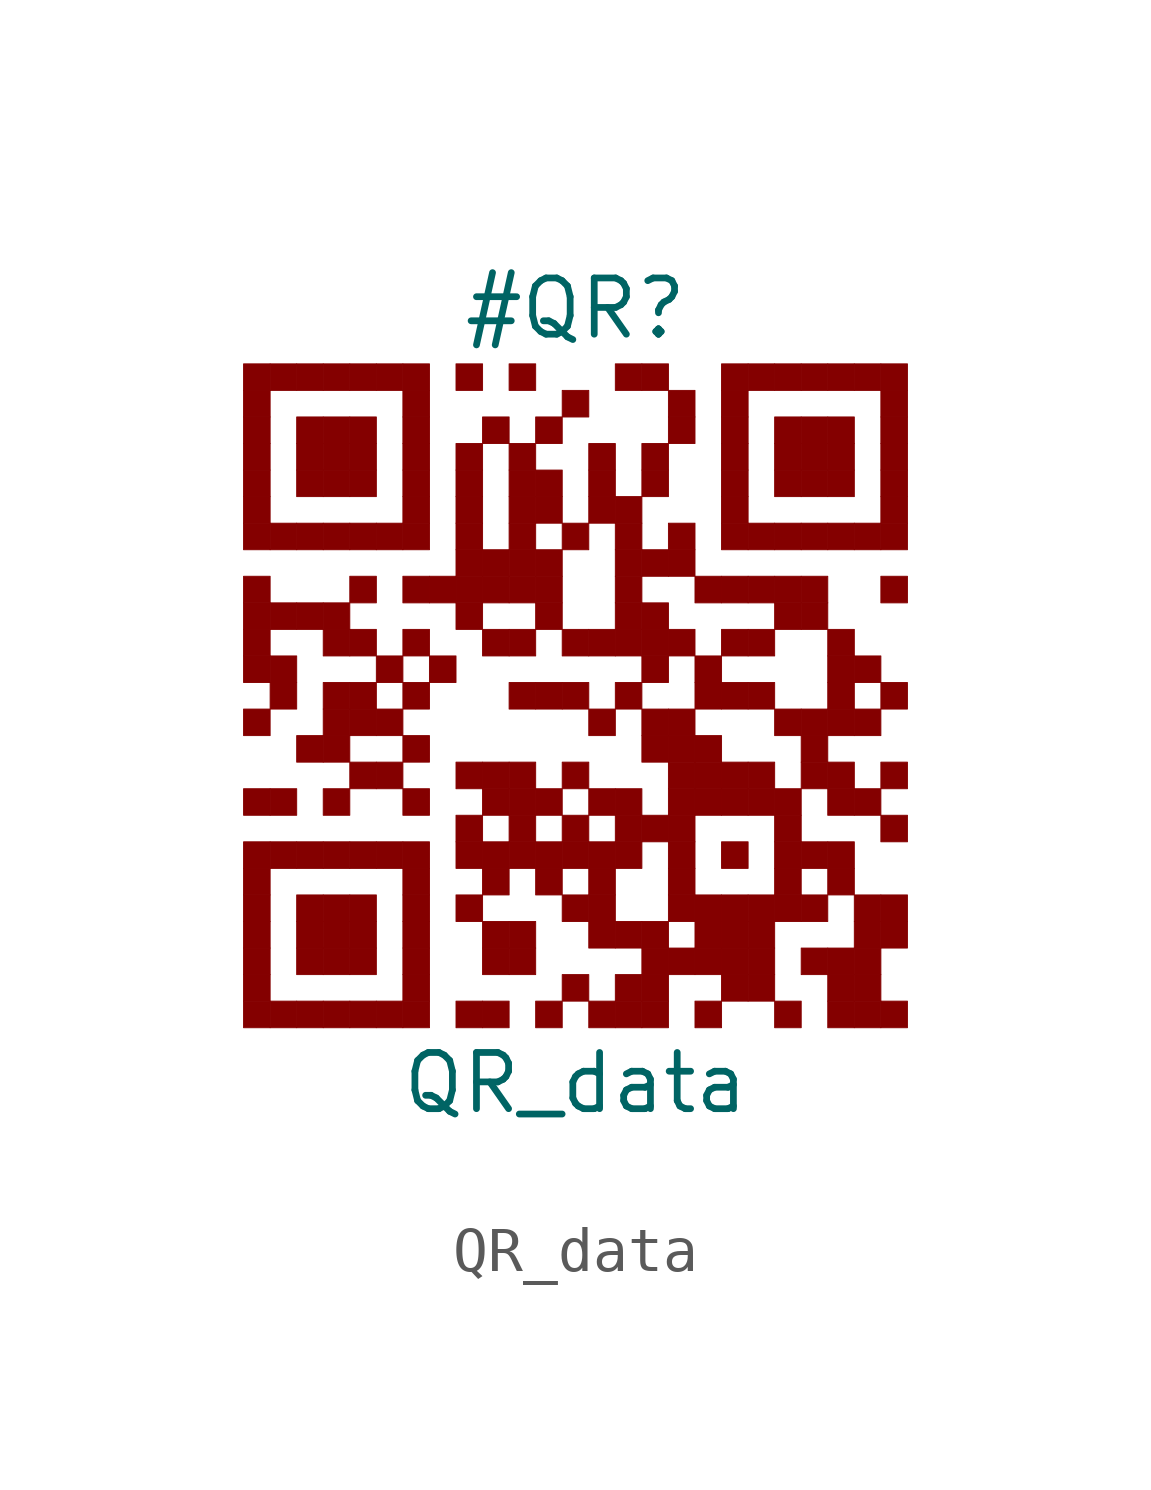
<source format=kicad_sym>
(kicad_symbol_lib
  (version 20211014)
  (generator kibot)
  (symbol "QR_data"
    (pin_numbers hide)
    (pin_names hide)
    (property "Reference" "#QR"
      (at 0 8.75 0)
      (effects (font (size 1.27 1.27))))
    (property "Value" "QR_data"
      (at 0 -8.75 0)
      (effects (font (size 1.27 1.27))))
    (rectangle
      (start -7.5 7.5)
      (end -6.9 6.9)
      (stroke (width 0.001) (type default))
      (fill (type outline)))
    (rectangle
      (start -6.9 7.5)
      (end -6.3 6.9)
      (stroke (width 0.001) (type default))
      (fill (type outline)))
    (rectangle
      (start -6.3 7.5)
      (end -5.7 6.9)
      (stroke (width 0.001) (type default))
      (fill (type outline)))
    (rectangle
      (start -5.7 7.5)
      (end -5.1 6.9)
      (stroke (width 0.001) (type default))
      (fill (type outline)))
    (rectangle
      (start -5.1 7.5)
      (end -4.5 6.9)
      (stroke (width 0.001) (type default))
      (fill (type outline)))
    (rectangle
      (start -4.5 7.5)
      (end -3.9 6.9)
      (stroke (width 0.001) (type default))
      (fill (type outline)))
    (rectangle
      (start -3.9 7.5)
      (end -3.3 6.9)
      (stroke (width 0.001) (type default))
      (fill (type outline)))
    (rectangle
      (start -2.7 7.5)
      (end -2.1 6.9)
      (stroke (width 0.001) (type default))
      (fill (type outline)))
    (rectangle
      (start -1.5 7.5)
      (end -0.9 6.9)
      (stroke (width 0.001) (type default))
      (fill (type outline)))
    (rectangle
      (start 0.9 7.5)
      (end 1.5 6.9)
      (stroke (width 0.001) (type default))
      (fill (type outline)))
    (rectangle
      (start 1.5 7.5)
      (end 2.1 6.9)
      (stroke (width 0.001) (type default))
      (fill (type outline)))
    (rectangle
      (start 3.3 7.5)
      (end 3.9 6.9)
      (stroke (width 0.001) (type default))
      (fill (type outline)))
    (rectangle
      (start 3.9 7.5)
      (end 4.5 6.9)
      (stroke (width 0.001) (type default))
      (fill (type outline)))
    (rectangle
      (start 4.5 7.5)
      (end 5.1 6.9)
      (stroke (width 0.001) (type default))
      (fill (type outline)))
    (rectangle
      (start 5.1 7.5)
      (end 5.7 6.9)
      (stroke (width 0.001) (type default))
      (fill (type outline)))
    (rectangle
      (start 5.7 7.5)
      (end 6.3 6.9)
      (stroke (width 0.001) (type default))
      (fill (type outline)))
    (rectangle
      (start 6.3 7.5)
      (end 6.9 6.9)
      (stroke (width 0.001) (type default))
      (fill (type outline)))
    (rectangle
      (start 6.9 7.5)
      (end 7.5 6.9)
      (stroke (width 0.001) (type default))
      (fill (type outline)))
    (rectangle
      (start -7.5 6.9)
      (end -6.9 6.3)
      (stroke (width 0.001) (type default))
      (fill (type outline)))
    (rectangle
      (start -3.9 6.9)
      (end -3.3 6.3)
      (stroke (width 0.001) (type default))
      (fill (type outline)))
    (rectangle
      (start -0.3 6.9)
      (end 0.3 6.3)
      (stroke (width 0.001) (type default))
      (fill (type outline)))
    (rectangle
      (start 2.1 6.9)
      (end 2.7 6.3)
      (stroke (width 0.001) (type default))
      (fill (type outline)))
    (rectangle
      (start 3.3 6.9)
      (end 3.9 6.3)
      (stroke (width 0.001) (type default))
      (fill (type outline)))
    (rectangle
      (start 6.9 6.9)
      (end 7.5 6.3)
      (stroke (width 0.001) (type default))
      (fill (type outline)))
    (rectangle
      (start -7.5 6.3)
      (end -6.9 5.7)
      (stroke (width 0.001) (type default))
      (fill (type outline)))
    (rectangle
      (start -6.3 6.3)
      (end -5.7 5.7)
      (stroke (width 0.001) (type default))
      (fill (type outline)))
    (rectangle
      (start -5.7 6.3)
      (end -5.1 5.7)
      (stroke (width 0.001) (type default))
      (fill (type outline)))
    (rectangle
      (start -5.1 6.3)
      (end -4.5 5.7)
      (stroke (width 0.001) (type default))
      (fill (type outline)))
    (rectangle
      (start -3.9 6.3)
      (end -3.3 5.7)
      (stroke (width 0.001) (type default))
      (fill (type outline)))
    (rectangle
      (start -2.1 6.3)
      (end -1.5 5.7)
      (stroke (width 0.001) (type default))
      (fill (type outline)))
    (rectangle
      (start -0.9 6.3)
      (end -0.3 5.7)
      (stroke (width 0.001) (type default))
      (fill (type outline)))
    (rectangle
      (start 2.1 6.3)
      (end 2.7 5.7)
      (stroke (width 0.001) (type default))
      (fill (type outline)))
    (rectangle
      (start 3.3 6.3)
      (end 3.9 5.7)
      (stroke (width 0.001) (type default))
      (fill (type outline)))
    (rectangle
      (start 4.5 6.3)
      (end 5.1 5.7)
      (stroke (width 0.001) (type default))
      (fill (type outline)))
    (rectangle
      (start 5.1 6.3)
      (end 5.7 5.7)
      (stroke (width 0.001) (type default))
      (fill (type outline)))
    (rectangle
      (start 5.7 6.3)
      (end 6.3 5.7)
      (stroke (width 0.001) (type default))
      (fill (type outline)))
    (rectangle
      (start 6.9 6.3)
      (end 7.5 5.7)
      (stroke (width 0.001) (type default))
      (fill (type outline)))
    (rectangle
      (start -7.5 5.7)
      (end -6.9 5.1)
      (stroke (width 0.001) (type default))
      (fill (type outline)))
    (rectangle
      (start -6.3 5.7)
      (end -5.7 5.1)
      (stroke (width 0.001) (type default))
      (fill (type outline)))
    (rectangle
      (start -5.7 5.7)
      (end -5.1 5.1)
      (stroke (width 0.001) (type default))
      (fill (type outline)))
    (rectangle
      (start -5.1 5.7)
      (end -4.5 5.1)
      (stroke (width 0.001) (type default))
      (fill (type outline)))
    (rectangle
      (start -3.9 5.7)
      (end -3.3 5.1)
      (stroke (width 0.001) (type default))
      (fill (type outline)))
    (rectangle
      (start -2.7 5.7)
      (end -2.1 5.1)
      (stroke (width 0.001) (type default))
      (fill (type outline)))
    (rectangle
      (start -1.5 5.7)
      (end -0.9 5.1)
      (stroke (width 0.001) (type default))
      (fill (type outline)))
    (rectangle
      (start 0.3 5.7)
      (end 0.9 5.1)
      (stroke (width 0.001) (type default))
      (fill (type outline)))
    (rectangle
      (start 1.5 5.7)
      (end 2.1 5.1)
      (stroke (width 0.001) (type default))
      (fill (type outline)))
    (rectangle
      (start 3.3 5.7)
      (end 3.9 5.1)
      (stroke (width 0.001) (type default))
      (fill (type outline)))
    (rectangle
      (start 4.5 5.7)
      (end 5.1 5.1)
      (stroke (width 0.001) (type default))
      (fill (type outline)))
    (rectangle
      (start 5.1 5.7)
      (end 5.7 5.1)
      (stroke (width 0.001) (type default))
      (fill (type outline)))
    (rectangle
      (start 5.7 5.7)
      (end 6.3 5.1)
      (stroke (width 0.001) (type default))
      (fill (type outline)))
    (rectangle
      (start 6.9 5.7)
      (end 7.5 5.1)
      (stroke (width 0.001) (type default))
      (fill (type outline)))
    (rectangle
      (start -7.5 5.1)
      (end -6.9 4.5)
      (stroke (width 0.001) (type default))
      (fill (type outline)))
    (rectangle
      (start -6.3 5.1)
      (end -5.7 4.5)
      (stroke (width 0.001) (type default))
      (fill (type outline)))
    (rectangle
      (start -5.7 5.1)
      (end -5.1 4.5)
      (stroke (width 0.001) (type default))
      (fill (type outline)))
    (rectangle
      (start -5.1 5.1)
      (end -4.5 4.5)
      (stroke (width 0.001) (type default))
      (fill (type outline)))
    (rectangle
      (start -3.9 5.1)
      (end -3.3 4.5)
      (stroke (width 0.001) (type default))
      (fill (type outline)))
    (rectangle
      (start -2.7 5.1)
      (end -2.1 4.5)
      (stroke (width 0.001) (type default))
      (fill (type outline)))
    (rectangle
      (start -1.5 5.1)
      (end -0.9 4.5)
      (stroke (width 0.001) (type default))
      (fill (type outline)))
    (rectangle
      (start -0.9 5.1)
      (end -0.3 4.5)
      (stroke (width 0.001) (type default))
      (fill (type outline)))
    (rectangle
      (start 0.3 5.1)
      (end 0.9 4.5)
      (stroke (width 0.001) (type default))
      (fill (type outline)))
    (rectangle
      (start 1.5 5.1)
      (end 2.1 4.5)
      (stroke (width 0.001) (type default))
      (fill (type outline)))
    (rectangle
      (start 3.3 5.1)
      (end 3.9 4.5)
      (stroke (width 0.001) (type default))
      (fill (type outline)))
    (rectangle
      (start 4.5 5.1)
      (end 5.1 4.5)
      (stroke (width 0.001) (type default))
      (fill (type outline)))
    (rectangle
      (start 5.1 5.1)
      (end 5.7 4.5)
      (stroke (width 0.001) (type default))
      (fill (type outline)))
    (rectangle
      (start 5.7 5.1)
      (end 6.3 4.5)
      (stroke (width 0.001) (type default))
      (fill (type outline)))
    (rectangle
      (start 6.9 5.1)
      (end 7.5 4.5)
      (stroke (width 0.001) (type default))
      (fill (type outline)))
    (rectangle
      (start -7.5 4.5)
      (end -6.9 3.9)
      (stroke (width 0.001) (type default))
      (fill (type outline)))
    (rectangle
      (start -3.9 4.5)
      (end -3.3 3.9)
      (stroke (width 0.001) (type default))
      (fill (type outline)))
    (rectangle
      (start -2.7 4.5)
      (end -2.1 3.9)
      (stroke (width 0.001) (type default))
      (fill (type outline)))
    (rectangle
      (start -1.5 4.5)
      (end -0.9 3.9)
      (stroke (width 0.001) (type default))
      (fill (type outline)))
    (rectangle
      (start -0.9 4.5)
      (end -0.3 3.9)
      (stroke (width 0.001) (type default))
      (fill (type outline)))
    (rectangle
      (start 0.3 4.5)
      (end 0.9 3.9)
      (stroke (width 0.001) (type default))
      (fill (type outline)))
    (rectangle
      (start 0.9 4.5)
      (end 1.5 3.9)
      (stroke (width 0.001) (type default))
      (fill (type outline)))
    (rectangle
      (start 3.3 4.5)
      (end 3.9 3.9)
      (stroke (width 0.001) (type default))
      (fill (type outline)))
    (rectangle
      (start 6.9 4.5)
      (end 7.5 3.9)
      (stroke (width 0.001) (type default))
      (fill (type outline)))
    (rectangle
      (start -7.5 3.9)
      (end -6.9 3.3)
      (stroke (width 0.001) (type default))
      (fill (type outline)))
    (rectangle
      (start -6.9 3.9)
      (end -6.3 3.3)
      (stroke (width 0.001) (type default))
      (fill (type outline)))
    (rectangle
      (start -6.3 3.9)
      (end -5.7 3.3)
      (stroke (width 0.001) (type default))
      (fill (type outline)))
    (rectangle
      (start -5.7 3.9)
      (end -5.1 3.3)
      (stroke (width 0.001) (type default))
      (fill (type outline)))
    (rectangle
      (start -5.1 3.9)
      (end -4.5 3.3)
      (stroke (width 0.001) (type default))
      (fill (type outline)))
    (rectangle
      (start -4.5 3.9)
      (end -3.9 3.3)
      (stroke (width 0.001) (type default))
      (fill (type outline)))
    (rectangle
      (start -3.9 3.9)
      (end -3.3 3.3)
      (stroke (width 0.001) (type default))
      (fill (type outline)))
    (rectangle
      (start -2.7 3.9)
      (end -2.1 3.3)
      (stroke (width 0.001) (type default))
      (fill (type outline)))
    (rectangle
      (start -1.5 3.9)
      (end -0.9 3.3)
      (stroke (width 0.001) (type default))
      (fill (type outline)))
    (rectangle
      (start -0.3 3.9)
      (end 0.3 3.3)
      (stroke (width 0.001) (type default))
      (fill (type outline)))
    (rectangle
      (start 0.9 3.9)
      (end 1.5 3.3)
      (stroke (width 0.001) (type default))
      (fill (type outline)))
    (rectangle
      (start 2.1 3.9)
      (end 2.7 3.3)
      (stroke (width 0.001) (type default))
      (fill (type outline)))
    (rectangle
      (start 3.3 3.9)
      (end 3.9 3.3)
      (stroke (width 0.001) (type default))
      (fill (type outline)))
    (rectangle
      (start 3.9 3.9)
      (end 4.5 3.3)
      (stroke (width 0.001) (type default))
      (fill (type outline)))
    (rectangle
      (start 4.5 3.9)
      (end 5.1 3.3)
      (stroke (width 0.001) (type default))
      (fill (type outline)))
    (rectangle
      (start 5.1 3.9)
      (end 5.7 3.3)
      (stroke (width 0.001) (type default))
      (fill (type outline)))
    (rectangle
      (start 5.7 3.9)
      (end 6.3 3.3)
      (stroke (width 0.001) (type default))
      (fill (type outline)))
    (rectangle
      (start 6.3 3.9)
      (end 6.9 3.3)
      (stroke (width 0.001) (type default))
      (fill (type outline)))
    (rectangle
      (start 6.9 3.9)
      (end 7.5 3.3)
      (stroke (width 0.001) (type default))
      (fill (type outline)))
    (rectangle
      (start -2.7 3.3)
      (end -2.1 2.7)
      (stroke (width 0.001) (type default))
      (fill (type outline)))
    (rectangle
      (start -2.1 3.3)
      (end -1.5 2.7)
      (stroke (width 0.001) (type default))
      (fill (type outline)))
    (rectangle
      (start -1.5 3.3)
      (end -0.9 2.7)
      (stroke (width 0.001) (type default))
      (fill (type outline)))
    (rectangle
      (start -0.9 3.3)
      (end -0.3 2.7)
      (stroke (width 0.001) (type default))
      (fill (type outline)))
    (rectangle
      (start 0.9 3.3)
      (end 1.5 2.7)
      (stroke (width 0.001) (type default))
      (fill (type outline)))
    (rectangle
      (start 1.5 3.3)
      (end 2.1 2.7)
      (stroke (width 0.001) (type default))
      (fill (type outline)))
    (rectangle
      (start 2.1 3.3)
      (end 2.7 2.7)
      (stroke (width 0.001) (type default))
      (fill (type outline)))
    (rectangle
      (start -7.5 2.7)
      (end -6.9 2.1)
      (stroke (width 0.001) (type default))
      (fill (type outline)))
    (rectangle
      (start -5.1 2.7)
      (end -4.5 2.1)
      (stroke (width 0.001) (type default))
      (fill (type outline)))
    (rectangle
      (start -3.9 2.7)
      (end -3.3 2.1)
      (stroke (width 0.001) (type default))
      (fill (type outline)))
    (rectangle
      (start -3.3 2.7)
      (end -2.7 2.1)
      (stroke (width 0.001) (type default))
      (fill (type outline)))
    (rectangle
      (start -2.7 2.7)
      (end -2.1 2.1)
      (stroke (width 0.001) (type default))
      (fill (type outline)))
    (rectangle
      (start -2.1 2.7)
      (end -1.5 2.1)
      (stroke (width 0.001) (type default))
      (fill (type outline)))
    (rectangle
      (start -1.5 2.7)
      (end -0.9 2.1)
      (stroke (width 0.001) (type default))
      (fill (type outline)))
    (rectangle
      (start -0.9 2.7)
      (end -0.3 2.1)
      (stroke (width 0.001) (type default))
      (fill (type outline)))
    (rectangle
      (start 0.9 2.7)
      (end 1.5 2.1)
      (stroke (width 0.001) (type default))
      (fill (type outline)))
    (rectangle
      (start 2.7 2.7)
      (end 3.3 2.1)
      (stroke (width 0.001) (type default))
      (fill (type outline)))
    (rectangle
      (start 3.3 2.7)
      (end 3.9 2.1)
      (stroke (width 0.001) (type default))
      (fill (type outline)))
    (rectangle
      (start 3.9 2.7)
      (end 4.5 2.1)
      (stroke (width 0.001) (type default))
      (fill (type outline)))
    (rectangle
      (start 4.5 2.7)
      (end 5.1 2.1)
      (stroke (width 0.001) (type default))
      (fill (type outline)))
    (rectangle
      (start 5.1 2.7)
      (end 5.7 2.1)
      (stroke (width 0.001) (type default))
      (fill (type outline)))
    (rectangle
      (start 6.9 2.7)
      (end 7.5 2.1)
      (stroke (width 0.001) (type default))
      (fill (type outline)))
    (rectangle
      (start -7.5 2.1)
      (end -6.9 1.5)
      (stroke (width 0.001) (type default))
      (fill (type outline)))
    (rectangle
      (start -6.9 2.1)
      (end -6.3 1.5)
      (stroke (width 0.001) (type default))
      (fill (type outline)))
    (rectangle
      (start -6.3 2.1)
      (end -5.7 1.5)
      (stroke (width 0.001) (type default))
      (fill (type outline)))
    (rectangle
      (start -5.7 2.1)
      (end -5.1 1.5)
      (stroke (width 0.001) (type default))
      (fill (type outline)))
    (rectangle
      (start -2.7 2.1)
      (end -2.1 1.5)
      (stroke (width 0.001) (type default))
      (fill (type outline)))
    (rectangle
      (start -0.9 2.1)
      (end -0.3 1.5)
      (stroke (width 0.001) (type default))
      (fill (type outline)))
    (rectangle
      (start 0.9 2.1)
      (end 1.5 1.5)
      (stroke (width 0.001) (type default))
      (fill (type outline)))
    (rectangle
      (start 1.5 2.1)
      (end 2.1 1.5)
      (stroke (width 0.001) (type default))
      (fill (type outline)))
    (rectangle
      (start 4.5 2.1)
      (end 5.1 1.5)
      (stroke (width 0.001) (type default))
      (fill (type outline)))
    (rectangle
      (start 5.1 2.1)
      (end 5.7 1.5)
      (stroke (width 0.001) (type default))
      (fill (type outline)))
    (rectangle
      (start -7.5 1.5)
      (end -6.9 0.9)
      (stroke (width 0.001) (type default))
      (fill (type outline)))
    (rectangle
      (start -5.7 1.5)
      (end -5.1 0.9)
      (stroke (width 0.001) (type default))
      (fill (type outline)))
    (rectangle
      (start -5.1 1.5)
      (end -4.5 0.9)
      (stroke (width 0.001) (type default))
      (fill (type outline)))
    (rectangle
      (start -3.9 1.5)
      (end -3.3 0.9)
      (stroke (width 0.001) (type default))
      (fill (type outline)))
    (rectangle
      (start -2.1 1.5)
      (end -1.5 0.9)
      (stroke (width 0.001) (type default))
      (fill (type outline)))
    (rectangle
      (start -1.5 1.5)
      (end -0.9 0.9)
      (stroke (width 0.001) (type default))
      (fill (type outline)))
    (rectangle
      (start -0.3 1.5)
      (end 0.3 0.9)
      (stroke (width 0.001) (type default))
      (fill (type outline)))
    (rectangle
      (start 0.3 1.5)
      (end 0.9 0.9)
      (stroke (width 0.001) (type default))
      (fill (type outline)))
    (rectangle
      (start 0.9 1.5)
      (end 1.5 0.9)
      (stroke (width 0.001) (type default))
      (fill (type outline)))
    (rectangle
      (start 1.5 1.5)
      (end 2.1 0.9)
      (stroke (width 0.001) (type default))
      (fill (type outline)))
    (rectangle
      (start 2.1 1.5)
      (end 2.7 0.9)
      (stroke (width 0.001) (type default))
      (fill (type outline)))
    (rectangle
      (start 3.3 1.5)
      (end 3.9 0.9)
      (stroke (width 0.001) (type default))
      (fill (type outline)))
    (rectangle
      (start 3.9 1.5)
      (end 4.5 0.9)
      (stroke (width 0.001) (type default))
      (fill (type outline)))
    (rectangle
      (start 5.7 1.5)
      (end 6.3 0.9)
      (stroke (width 0.001) (type default))
      (fill (type outline)))
    (rectangle
      (start -7.5 0.9)
      (end -6.9 0.3)
      (stroke (width 0.001) (type default))
      (fill (type outline)))
    (rectangle
      (start -6.9 0.9)
      (end -6.3 0.3)
      (stroke (width 0.001) (type default))
      (fill (type outline)))
    (rectangle
      (start -4.5 0.9)
      (end -3.9 0.3)
      (stroke (width 0.001) (type default))
      (fill (type outline)))
    (rectangle
      (start -3.3 0.9)
      (end -2.7 0.3)
      (stroke (width 0.001) (type default))
      (fill (type outline)))
    (rectangle
      (start 1.5 0.9)
      (end 2.1 0.3)
      (stroke (width 0.001) (type default))
      (fill (type outline)))
    (rectangle
      (start 2.7 0.9)
      (end 3.3 0.3)
      (stroke (width 0.001) (type default))
      (fill (type outline)))
    (rectangle
      (start 5.7 0.9)
      (end 6.3 0.3)
      (stroke (width 0.001) (type default))
      (fill (type outline)))
    (rectangle
      (start 6.3 0.9)
      (end 6.9 0.3)
      (stroke (width 0.001) (type default))
      (fill (type outline)))
    (rectangle
      (start -6.9 0.3)
      (end -6.3 -0.3)
      (stroke (width 0.001) (type default))
      (fill (type outline)))
    (rectangle
      (start -5.7 0.3)
      (end -5.1 -0.3)
      (stroke (width 0.001) (type default))
      (fill (type outline)))
    (rectangle
      (start -5.1 0.3)
      (end -4.5 -0.3)
      (stroke (width 0.001) (type default))
      (fill (type outline)))
    (rectangle
      (start -3.9 0.3)
      (end -3.3 -0.3)
      (stroke (width 0.001) (type default))
      (fill (type outline)))
    (rectangle
      (start -1.5 0.3)
      (end -0.9 -0.3)
      (stroke (width 0.001) (type default))
      (fill (type outline)))
    (rectangle
      (start -0.9 0.3)
      (end -0.3 -0.3)
      (stroke (width 0.001) (type default))
      (fill (type outline)))
    (rectangle
      (start -0.3 0.3)
      (end 0.3 -0.3)
      (stroke (width 0.001) (type default))
      (fill (type outline)))
    (rectangle
      (start 0.9 0.3)
      (end 1.5 -0.3)
      (stroke (width 0.001) (type default))
      (fill (type outline)))
    (rectangle
      (start 2.7 0.3)
      (end 3.3 -0.3)
      (stroke (width 0.001) (type default))
      (fill (type outline)))
    (rectangle
      (start 3.3 0.3)
      (end 3.9 -0.3)
      (stroke (width 0.001) (type default))
      (fill (type outline)))
    (rectangle
      (start 3.9 0.3)
      (end 4.5 -0.3)
      (stroke (width 0.001) (type default))
      (fill (type outline)))
    (rectangle
      (start 5.7 0.3)
      (end 6.3 -0.3)
      (stroke (width 0.001) (type default))
      (fill (type outline)))
    (rectangle
      (start 6.9 0.3)
      (end 7.5 -0.3)
      (stroke (width 0.001) (type default))
      (fill (type outline)))
    (rectangle
      (start -7.5 -0.3)
      (end -6.9 -0.9)
      (stroke (width 0.001) (type default))
      (fill (type outline)))
    (rectangle
      (start -5.7 -0.3)
      (end -5.1 -0.9)
      (stroke (width 0.001) (type default))
      (fill (type outline)))
    (rectangle
      (start -5.1 -0.3)
      (end -4.5 -0.9)
      (stroke (width 0.001) (type default))
      (fill (type outline)))
    (rectangle
      (start -4.5 -0.3)
      (end -3.9 -0.9)
      (stroke (width 0.001) (type default))
      (fill (type outline)))
    (rectangle
      (start 0.3 -0.3)
      (end 0.9 -0.9)
      (stroke (width 0.001) (type default))
      (fill (type outline)))
    (rectangle
      (start 1.5 -0.3)
      (end 2.1 -0.9)
      (stroke (width 0.001) (type default))
      (fill (type outline)))
    (rectangle
      (start 2.1 -0.3)
      (end 2.7 -0.9)
      (stroke (width 0.001) (type default))
      (fill (type outline)))
    (rectangle
      (start 4.5 -0.3)
      (end 5.1 -0.9)
      (stroke (width 0.001) (type default))
      (fill (type outline)))
    (rectangle
      (start 5.1 -0.3)
      (end 5.7 -0.9)
      (stroke (width 0.001) (type default))
      (fill (type outline)))
    (rectangle
      (start 5.7 -0.3)
      (end 6.3 -0.9)
      (stroke (width 0.001) (type default))
      (fill (type outline)))
    (rectangle
      (start 6.3 -0.3)
      (end 6.9 -0.9)
      (stroke (width 0.001) (type default))
      (fill (type outline)))
    (rectangle
      (start -6.3 -0.9)
      (end -5.7 -1.5)
      (stroke (width 0.001) (type default))
      (fill (type outline)))
    (rectangle
      (start -5.7 -0.9)
      (end -5.1 -1.5)
      (stroke (width 0.001) (type default))
      (fill (type outline)))
    (rectangle
      (start -3.9 -0.9)
      (end -3.3 -1.5)
      (stroke (width 0.001) (type default))
      (fill (type outline)))
    (rectangle
      (start 1.5 -0.9)
      (end 2.1 -1.5)
      (stroke (width 0.001) (type default))
      (fill (type outline)))
    (rectangle
      (start 2.1 -0.9)
      (end 2.7 -1.5)
      (stroke (width 0.001) (type default))
      (fill (type outline)))
    (rectangle
      (start 2.7 -0.9)
      (end 3.3 -1.5)
      (stroke (width 0.001) (type default))
      (fill (type outline)))
    (rectangle
      (start 5.1 -0.9)
      (end 5.7 -1.5)
      (stroke (width 0.001) (type default))
      (fill (type outline)))
    (rectangle
      (start -5.1 -1.5)
      (end -4.5 -2.1)
      (stroke (width 0.001) (type default))
      (fill (type outline)))
    (rectangle
      (start -4.5 -1.5)
      (end -3.9 -2.1)
      (stroke (width 0.001) (type default))
      (fill (type outline)))
    (rectangle
      (start -2.7 -1.5)
      (end -2.1 -2.1)
      (stroke (width 0.001) (type default))
      (fill (type outline)))
    (rectangle
      (start -2.1 -1.5)
      (end -1.5 -2.1)
      (stroke (width 0.001) (type default))
      (fill (type outline)))
    (rectangle
      (start -1.5 -1.5)
      (end -0.9 -2.1)
      (stroke (width 0.001) (type default))
      (fill (type outline)))
    (rectangle
      (start -0.3 -1.5)
      (end 0.3 -2.1)
      (stroke (width 0.001) (type default))
      (fill (type outline)))
    (rectangle
      (start 2.1 -1.5)
      (end 2.7 -2.1)
      (stroke (width 0.001) (type default))
      (fill (type outline)))
    (rectangle
      (start 2.7 -1.5)
      (end 3.3 -2.1)
      (stroke (width 0.001) (type default))
      (fill (type outline)))
    (rectangle
      (start 3.3 -1.5)
      (end 3.9 -2.1)
      (stroke (width 0.001) (type default))
      (fill (type outline)))
    (rectangle
      (start 3.9 -1.5)
      (end 4.5 -2.1)
      (stroke (width 0.001) (type default))
      (fill (type outline)))
    (rectangle
      (start 5.1 -1.5)
      (end 5.7 -2.1)
      (stroke (width 0.001) (type default))
      (fill (type outline)))
    (rectangle
      (start 5.7 -1.5)
      (end 6.3 -2.1)
      (stroke (width 0.001) (type default))
      (fill (type outline)))
    (rectangle
      (start 6.9 -1.5)
      (end 7.5 -2.1)
      (stroke (width 0.001) (type default))
      (fill (type outline)))
    (rectangle
      (start -7.5 -2.1)
      (end -6.9 -2.7)
      (stroke (width 0.001) (type default))
      (fill (type outline)))
    (rectangle
      (start -6.9 -2.1)
      (end -6.3 -2.7)
      (stroke (width 0.001) (type default))
      (fill (type outline)))
    (rectangle
      (start -5.7 -2.1)
      (end -5.1 -2.7)
      (stroke (width 0.001) (type default))
      (fill (type outline)))
    (rectangle
      (start -3.9 -2.1)
      (end -3.3 -2.7)
      (stroke (width 0.001) (type default))
      (fill (type outline)))
    (rectangle
      (start -2.1 -2.1)
      (end -1.5 -2.7)
      (stroke (width 0.001) (type default))
      (fill (type outline)))
    (rectangle
      (start -1.5 -2.1)
      (end -0.9 -2.7)
      (stroke (width 0.001) (type default))
      (fill (type outline)))
    (rectangle
      (start -0.9 -2.1)
      (end -0.3 -2.7)
      (stroke (width 0.001) (type default))
      (fill (type outline)))
    (rectangle
      (start 0.3 -2.1)
      (end 0.9 -2.7)
      (stroke (width 0.001) (type default))
      (fill (type outline)))
    (rectangle
      (start 0.9 -2.1)
      (end 1.5 -2.7)
      (stroke (width 0.001) (type default))
      (fill (type outline)))
    (rectangle
      (start 2.1 -2.1)
      (end 2.7 -2.7)
      (stroke (width 0.001) (type default))
      (fill (type outline)))
    (rectangle
      (start 2.7 -2.1)
      (end 3.3 -2.7)
      (stroke (width 0.001) (type default))
      (fill (type outline)))
    (rectangle
      (start 3.3 -2.1)
      (end 3.9 -2.7)
      (stroke (width 0.001) (type default))
      (fill (type outline)))
    (rectangle
      (start 3.9 -2.1)
      (end 4.5 -2.7)
      (stroke (width 0.001) (type default))
      (fill (type outline)))
    (rectangle
      (start 4.5 -2.1)
      (end 5.1 -2.7)
      (stroke (width 0.001) (type default))
      (fill (type outline)))
    (rectangle
      (start 5.7 -2.1)
      (end 6.3 -2.7)
      (stroke (width 0.001) (type default))
      (fill (type outline)))
    (rectangle
      (start 6.3 -2.1)
      (end 6.9 -2.7)
      (stroke (width 0.001) (type default))
      (fill (type outline)))
    (rectangle
      (start -2.7 -2.7)
      (end -2.1 -3.3)
      (stroke (width 0.001) (type default))
      (fill (type outline)))
    (rectangle
      (start -1.5 -2.7)
      (end -0.9 -3.3)
      (stroke (width 0.001) (type default))
      (fill (type outline)))
    (rectangle
      (start -0.3 -2.7)
      (end 0.3 -3.3)
      (stroke (width 0.001) (type default))
      (fill (type outline)))
    (rectangle
      (start 0.9 -2.7)
      (end 1.5 -3.3)
      (stroke (width 0.001) (type default))
      (fill (type outline)))
    (rectangle
      (start 1.5 -2.7)
      (end 2.1 -3.3)
      (stroke (width 0.001) (type default))
      (fill (type outline)))
    (rectangle
      (start 2.1 -2.7)
      (end 2.7 -3.3)
      (stroke (width 0.001) (type default))
      (fill (type outline)))
    (rectangle
      (start 4.5 -2.7)
      (end 5.1 -3.3)
      (stroke (width 0.001) (type default))
      (fill (type outline)))
    (rectangle
      (start 6.9 -2.7)
      (end 7.5 -3.3)
      (stroke (width 0.001) (type default))
      (fill (type outline)))
    (rectangle
      (start -7.5 -3.3)
      (end -6.9 -3.9)
      (stroke (width 0.001) (type default))
      (fill (type outline)))
    (rectangle
      (start -6.9 -3.3)
      (end -6.3 -3.9)
      (stroke (width 0.001) (type default))
      (fill (type outline)))
    (rectangle
      (start -6.3 -3.3)
      (end -5.7 -3.9)
      (stroke (width 0.001) (type default))
      (fill (type outline)))
    (rectangle
      (start -5.7 -3.3)
      (end -5.1 -3.9)
      (stroke (width 0.001) (type default))
      (fill (type outline)))
    (rectangle
      (start -5.1 -3.3)
      (end -4.5 -3.9)
      (stroke (width 0.001) (type default))
      (fill (type outline)))
    (rectangle
      (start -4.5 -3.3)
      (end -3.9 -3.9)
      (stroke (width 0.001) (type default))
      (fill (type outline)))
    (rectangle
      (start -3.9 -3.3)
      (end -3.3 -3.9)
      (stroke (width 0.001) (type default))
      (fill (type outline)))
    (rectangle
      (start -2.7 -3.3)
      (end -2.1 -3.9)
      (stroke (width 0.001) (type default))
      (fill (type outline)))
    (rectangle
      (start -2.1 -3.3)
      (end -1.5 -3.9)
      (stroke (width 0.001) (type default))
      (fill (type outline)))
    (rectangle
      (start -1.5 -3.3)
      (end -0.9 -3.9)
      (stroke (width 0.001) (type default))
      (fill (type outline)))
    (rectangle
      (start -0.9 -3.3)
      (end -0.3 -3.9)
      (stroke (width 0.001) (type default))
      (fill (type outline)))
    (rectangle
      (start -0.3 -3.3)
      (end 0.3 -3.9)
      (stroke (width 0.001) (type default))
      (fill (type outline)))
    (rectangle
      (start 0.3 -3.3)
      (end 0.9 -3.9)
      (stroke (width 0.001) (type default))
      (fill (type outline)))
    (rectangle
      (start 0.9 -3.3)
      (end 1.5 -3.9)
      (stroke (width 0.001) (type default))
      (fill (type outline)))
    (rectangle
      (start 2.1 -3.3)
      (end 2.7 -3.9)
      (stroke (width 0.001) (type default))
      (fill (type outline)))
    (rectangle
      (start 3.3 -3.3)
      (end 3.9 -3.9)
      (stroke (width 0.001) (type default))
      (fill (type outline)))
    (rectangle
      (start 4.5 -3.3)
      (end 5.1 -3.9)
      (stroke (width 0.001) (type default))
      (fill (type outline)))
    (rectangle
      (start 5.1 -3.3)
      (end 5.7 -3.9)
      (stroke (width 0.001) (type default))
      (fill (type outline)))
    (rectangle
      (start 5.7 -3.3)
      (end 6.3 -3.9)
      (stroke (width 0.001) (type default))
      (fill (type outline)))
    (rectangle
      (start -7.5 -3.9)
      (end -6.9 -4.5)
      (stroke (width 0.001) (type default))
      (fill (type outline)))
    (rectangle
      (start -3.9 -3.9)
      (end -3.3 -4.5)
      (stroke (width 0.001) (type default))
      (fill (type outline)))
    (rectangle
      (start -2.1 -3.9)
      (end -1.5 -4.5)
      (stroke (width 0.001) (type default))
      (fill (type outline)))
    (rectangle
      (start -0.9 -3.9)
      (end -0.3 -4.5)
      (stroke (width 0.001) (type default))
      (fill (type outline)))
    (rectangle
      (start 0.3 -3.9)
      (end 0.9 -4.5)
      (stroke (width 0.001) (type default))
      (fill (type outline)))
    (rectangle
      (start 2.1 -3.9)
      (end 2.7 -4.5)
      (stroke (width 0.001) (type default))
      (fill (type outline)))
    (rectangle
      (start 4.5 -3.9)
      (end 5.1 -4.5)
      (stroke (width 0.001) (type default))
      (fill (type outline)))
    (rectangle
      (start 5.7 -3.9)
      (end 6.3 -4.5)
      (stroke (width 0.001) (type default))
      (fill (type outline)))
    (rectangle
      (start -7.5 -4.5)
      (end -6.9 -5.1)
      (stroke (width 0.001) (type default))
      (fill (type outline)))
    (rectangle
      (start -6.3 -4.5)
      (end -5.7 -5.1)
      (stroke (width 0.001) (type default))
      (fill (type outline)))
    (rectangle
      (start -5.7 -4.5)
      (end -5.1 -5.1)
      (stroke (width 0.001) (type default))
      (fill (type outline)))
    (rectangle
      (start -5.1 -4.5)
      (end -4.5 -5.1)
      (stroke (width 0.001) (type default))
      (fill (type outline)))
    (rectangle
      (start -3.9 -4.5)
      (end -3.3 -5.1)
      (stroke (width 0.001) (type default))
      (fill (type outline)))
    (rectangle
      (start -2.7 -4.5)
      (end -2.1 -5.1)
      (stroke (width 0.001) (type default))
      (fill (type outline)))
    (rectangle
      (start -0.3 -4.5)
      (end 0.3 -5.1)
      (stroke (width 0.001) (type default))
      (fill (type outline)))
    (rectangle
      (start 0.3 -4.5)
      (end 0.9 -5.1)
      (stroke (width 0.001) (type default))
      (fill (type outline)))
    (rectangle
      (start 2.1 -4.5)
      (end 2.7 -5.1)
      (stroke (width 0.001) (type default))
      (fill (type outline)))
    (rectangle
      (start 2.7 -4.5)
      (end 3.3 -5.1)
      (stroke (width 0.001) (type default))
      (fill (type outline)))
    (rectangle
      (start 3.3 -4.5)
      (end 3.9 -5.1)
      (stroke (width 0.001) (type default))
      (fill (type outline)))
    (rectangle
      (start 3.9 -4.5)
      (end 4.5 -5.1)
      (stroke (width 0.001) (type default))
      (fill (type outline)))
    (rectangle
      (start 4.5 -4.5)
      (end 5.1 -5.1)
      (stroke (width 0.001) (type default))
      (fill (type outline)))
    (rectangle
      (start 5.1 -4.5)
      (end 5.7 -5.1)
      (stroke (width 0.001) (type default))
      (fill (type outline)))
    (rectangle
      (start 6.3 -4.5)
      (end 6.9 -5.1)
      (stroke (width 0.001) (type default))
      (fill (type outline)))
    (rectangle
      (start 6.9 -4.5)
      (end 7.5 -5.1)
      (stroke (width 0.001) (type default))
      (fill (type outline)))
    (rectangle
      (start -7.5 -5.1)
      (end -6.9 -5.7)
      (stroke (width 0.001) (type default))
      (fill (type outline)))
    (rectangle
      (start -6.3 -5.1)
      (end -5.7 -5.7)
      (stroke (width 0.001) (type default))
      (fill (type outline)))
    (rectangle
      (start -5.7 -5.1)
      (end -5.1 -5.7)
      (stroke (width 0.001) (type default))
      (fill (type outline)))
    (rectangle
      (start -5.1 -5.1)
      (end -4.5 -5.7)
      (stroke (width 0.001) (type default))
      (fill (type outline)))
    (rectangle
      (start -3.9 -5.1)
      (end -3.3 -5.7)
      (stroke (width 0.001) (type default))
      (fill (type outline)))
    (rectangle
      (start -2.1 -5.1)
      (end -1.5 -5.7)
      (stroke (width 0.001) (type default))
      (fill (type outline)))
    (rectangle
      (start -1.5 -5.1)
      (end -0.9 -5.7)
      (stroke (width 0.001) (type default))
      (fill (type outline)))
    (rectangle
      (start 0.3 -5.1)
      (end 0.9 -5.7)
      (stroke (width 0.001) (type default))
      (fill (type outline)))
    (rectangle
      (start 0.9 -5.1)
      (end 1.5 -5.7)
      (stroke (width 0.001) (type default))
      (fill (type outline)))
    (rectangle
      (start 1.5 -5.1)
      (end 2.1 -5.7)
      (stroke (width 0.001) (type default))
      (fill (type outline)))
    (rectangle
      (start 2.7 -5.1)
      (end 3.3 -5.7)
      (stroke (width 0.001) (type default))
      (fill (type outline)))
    (rectangle
      (start 3.3 -5.1)
      (end 3.9 -5.7)
      (stroke (width 0.001) (type default))
      (fill (type outline)))
    (rectangle
      (start 3.9 -5.1)
      (end 4.5 -5.7)
      (stroke (width 0.001) (type default))
      (fill (type outline)))
    (rectangle
      (start 6.3 -5.1)
      (end 6.9 -5.7)
      (stroke (width 0.001) (type default))
      (fill (type outline)))
    (rectangle
      (start 6.9 -5.1)
      (end 7.5 -5.7)
      (stroke (width 0.001) (type default))
      (fill (type outline)))
    (rectangle
      (start -7.5 -5.7)
      (end -6.9 -6.3)
      (stroke (width 0.001) (type default))
      (fill (type outline)))
    (rectangle
      (start -6.3 -5.7)
      (end -5.7 -6.3)
      (stroke (width 0.001) (type default))
      (fill (type outline)))
    (rectangle
      (start -5.7 -5.7)
      (end -5.1 -6.3)
      (stroke (width 0.001) (type default))
      (fill (type outline)))
    (rectangle
      (start -5.1 -5.7)
      (end -4.5 -6.3)
      (stroke (width 0.001) (type default))
      (fill (type outline)))
    (rectangle
      (start -3.9 -5.7)
      (end -3.3 -6.3)
      (stroke (width 0.001) (type default))
      (fill (type outline)))
    (rectangle
      (start -2.1 -5.7)
      (end -1.5 -6.3)
      (stroke (width 0.001) (type default))
      (fill (type outline)))
    (rectangle
      (start -1.5 -5.7)
      (end -0.9 -6.3)
      (stroke (width 0.001) (type default))
      (fill (type outline)))
    (rectangle
      (start 1.5 -5.7)
      (end 2.1 -6.3)
      (stroke (width 0.001) (type default))
      (fill (type outline)))
    (rectangle
      (start 2.1 -5.7)
      (end 2.7 -6.3)
      (stroke (width 0.001) (type default))
      (fill (type outline)))
    (rectangle
      (start 2.7 -5.7)
      (end 3.3 -6.3)
      (stroke (width 0.001) (type default))
      (fill (type outline)))
    (rectangle
      (start 3.3 -5.7)
      (end 3.9 -6.3)
      (stroke (width 0.001) (type default))
      (fill (type outline)))
    (rectangle
      (start 3.9 -5.7)
      (end 4.5 -6.3)
      (stroke (width 0.001) (type default))
      (fill (type outline)))
    (rectangle
      (start 5.1 -5.7)
      (end 5.7 -6.3)
      (stroke (width 0.001) (type default))
      (fill (type outline)))
    (rectangle
      (start 5.7 -5.7)
      (end 6.3 -6.3)
      (stroke (width 0.001) (type default))
      (fill (type outline)))
    (rectangle
      (start 6.3 -5.7)
      (end 6.9 -6.3)
      (stroke (width 0.001) (type default))
      (fill (type outline)))
    (rectangle
      (start -7.5 -6.3)
      (end -6.9 -6.9)
      (stroke (width 0.001) (type default))
      (fill (type outline)))
    (rectangle
      (start -3.9 -6.3)
      (end -3.3 -6.9)
      (stroke (width 0.001) (type default))
      (fill (type outline)))
    (rectangle
      (start -0.3 -6.3)
      (end 0.3 -6.9)
      (stroke (width 0.001) (type default))
      (fill (type outline)))
    (rectangle
      (start 0.9 -6.3)
      (end 1.5 -6.9)
      (stroke (width 0.001) (type default))
      (fill (type outline)))
    (rectangle
      (start 1.5 -6.3)
      (end 2.1 -6.9)
      (stroke (width 0.001) (type default))
      (fill (type outline)))
    (rectangle
      (start 3.3 -6.3)
      (end 3.9 -6.9)
      (stroke (width 0.001) (type default))
      (fill (type outline)))
    (rectangle
      (start 3.9 -6.3)
      (end 4.5 -6.9)
      (stroke (width 0.001) (type default))
      (fill (type outline)))
    (rectangle
      (start 5.7 -6.3)
      (end 6.3 -6.9)
      (stroke (width 0.001) (type default))
      (fill (type outline)))
    (rectangle
      (start 6.3 -6.3)
      (end 6.9 -6.9)
      (stroke (width 0.001) (type default))
      (fill (type outline)))
    (rectangle
      (start -7.5 -6.9)
      (end -6.9 -7.5)
      (stroke (width 0.001) (type default))
      (fill (type outline)))
    (rectangle
      (start -6.9 -6.9)
      (end -6.3 -7.5)
      (stroke (width 0.001) (type default))
      (fill (type outline)))
    (rectangle
      (start -6.3 -6.9)
      (end -5.7 -7.5)
      (stroke (width 0.001) (type default))
      (fill (type outline)))
    (rectangle
      (start -5.7 -6.9)
      (end -5.1 -7.5)
      (stroke (width 0.001) (type default))
      (fill (type outline)))
    (rectangle
      (start -5.1 -6.9)
      (end -4.5 -7.5)
      (stroke (width 0.001) (type default))
      (fill (type outline)))
    (rectangle
      (start -4.5 -6.9)
      (end -3.9 -7.5)
      (stroke (width 0.001) (type default))
      (fill (type outline)))
    (rectangle
      (start -3.9 -6.9)
      (end -3.3 -7.5)
      (stroke (width 0.001) (type default))
      (fill (type outline)))
    (rectangle
      (start -2.7 -6.9)
      (end -2.1 -7.5)
      (stroke (width 0.001) (type default))
      (fill (type outline)))
    (rectangle
      (start -2.1 -6.9)
      (end -1.5 -7.5)
      (stroke (width 0.001) (type default))
      (fill (type outline)))
    (rectangle
      (start -0.9 -6.9)
      (end -0.3 -7.5)
      (stroke (width 0.001) (type default))
      (fill (type outline)))
    (rectangle
      (start 0.3 -6.9)
      (end 0.9 -7.5)
      (stroke (width 0.001) (type default))
      (fill (type outline)))
    (rectangle
      (start 0.9 -6.9)
      (end 1.5 -7.5)
      (stroke (width 0.001) (type default))
      (fill (type outline)))
    (rectangle
      (start 1.5 -6.9)
      (end 2.1 -7.5)
      (stroke (width 0.001) (type default))
      (fill (type outline)))
    (rectangle
      (start 2.7 -6.9)
      (end 3.3 -7.5)
      (stroke (width 0.001) (type default))
      (fill (type outline)))
    (rectangle
      (start 4.5 -6.9)
      (end 5.1 -7.5)
      (stroke (width 0.001) (type default))
      (fill (type outline)))
    (rectangle
      (start 5.7 -6.9)
      (end 6.3 -7.5)
      (stroke (width 0.001) (type default))
      (fill (type outline)))
    (rectangle
      (start 6.3 -6.9)
      (end 6.9 -7.5)
      (stroke (width 0.001) (type default))
      (fill (type outline)))
    (rectangle
      (start 6.9 -6.9)
      (end 7.5 -7.5)
      (stroke (width 0.001) (type default))
      (fill (type outline)))))
</source>
